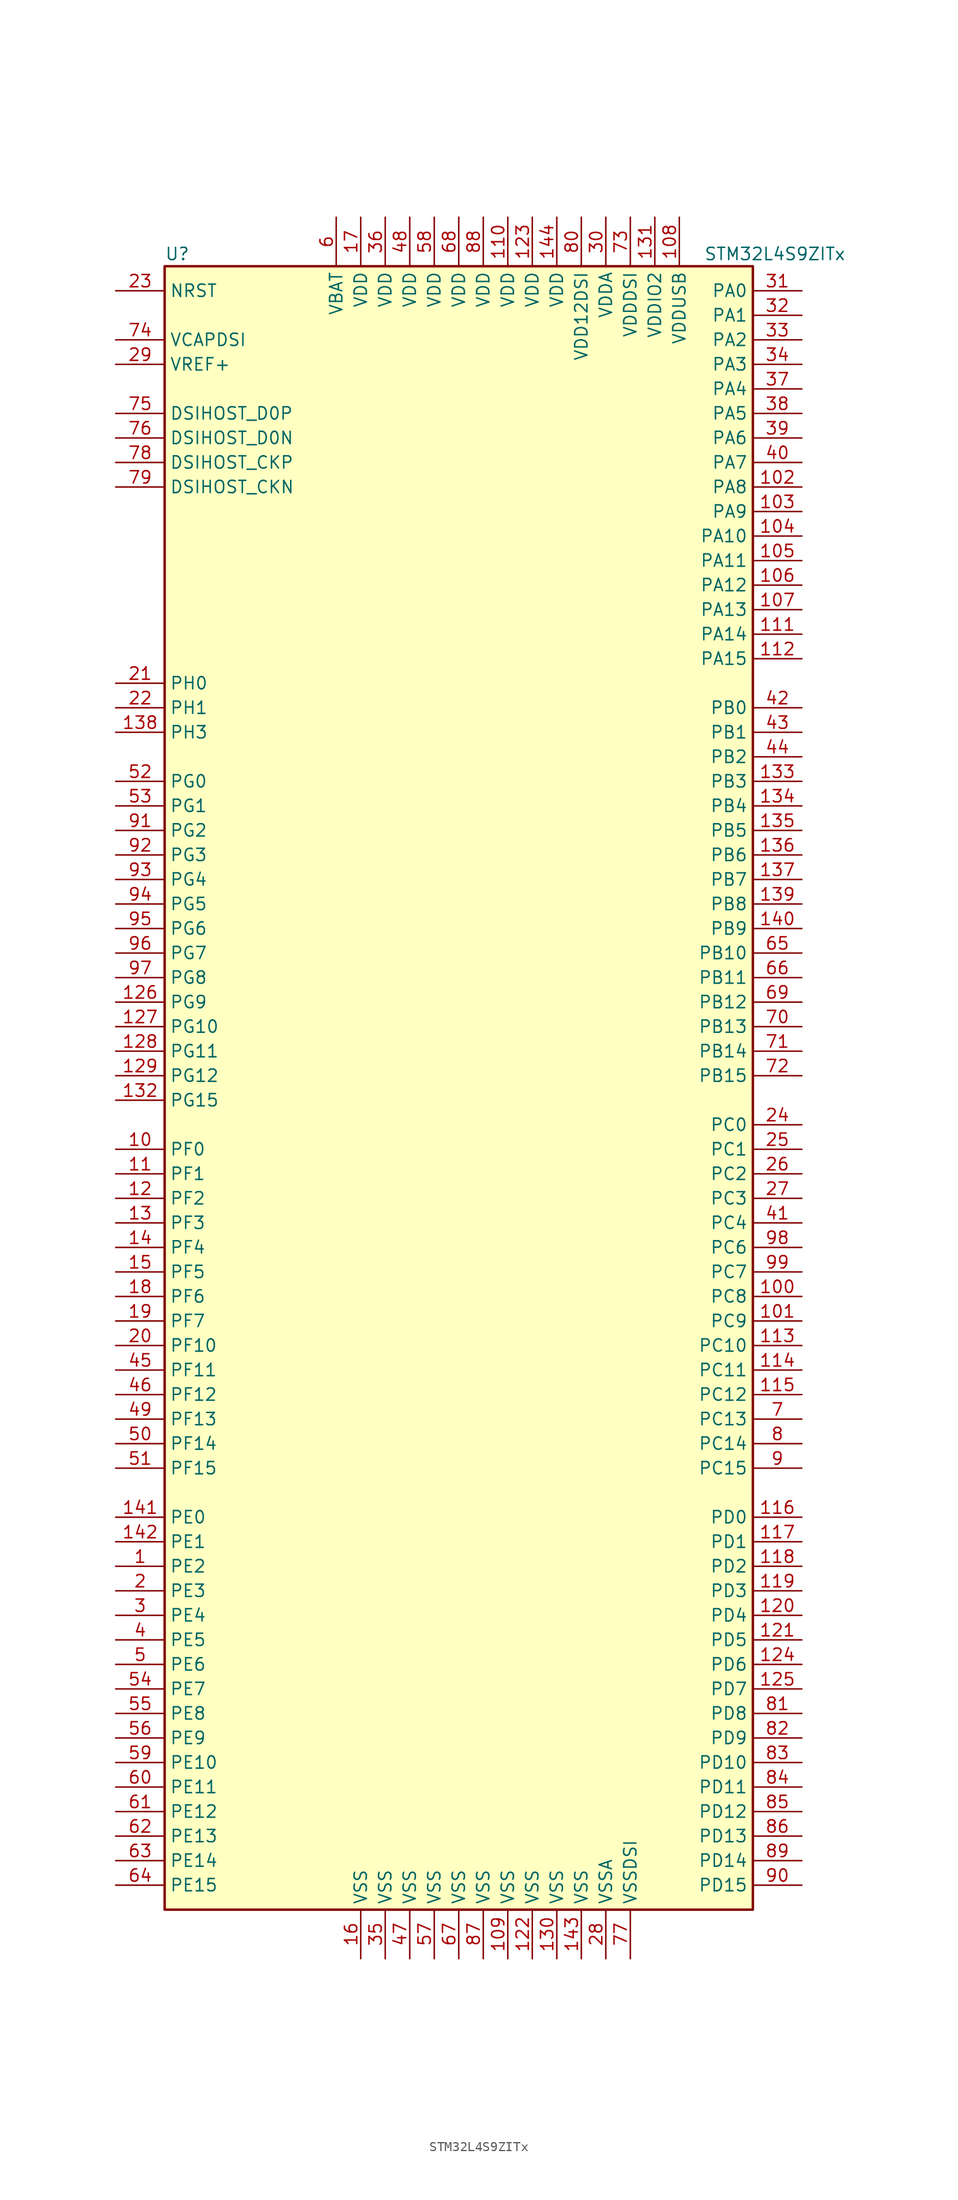
<source format=kicad_sym>
(kicad_symbol_lib
  (version 20201005)
  (generator kicad_symbol_editor)
  (symbol "MCU_ST_STM32L4+:STM32L4S9ZITx"
    (property "Reference" "U"
      (at -30.48 85.09 0)
      (effects (font (size 1.27 1.27)) (justify left)))
    (property "Value" "STM32L4S9ZITx"
      (at 25.4 85.09 0)
      (effects (font (size 1.27 1.27)) (justify left)))
    (symbol "STM32L4S9ZITx_0_1"
      (rectangle (start -30.48 -86.36) (end 30.48 83.82) (stroke (width 0.254)) (fill (type background))))
    (symbol "STM32L4S9ZITx_1_1"
      (pin bidirectional line (at -35.56 60.96 0) (length 5.08) (name "DSIHOST_CKN" (effects (font (size 1.27 1.27)))) (number "79" (effects (font (size 1.27 1.27)))))
      (pin bidirectional line (at -35.56 63.5 0) (length 5.08) (name "DSIHOST_CKP" (effects (font (size 1.27 1.27)))) (number "78" (effects (font (size 1.27 1.27)))))
      (pin bidirectional line (at -35.56 66.04 0) (length 5.08) (name "DSIHOST_D0N" (effects (font (size 1.27 1.27)))) (number "76" (effects (font (size 1.27 1.27)))))
      (pin bidirectional line (at -35.56 68.58 0) (length 5.08) (name "DSIHOST_D0P" (effects (font (size 1.27 1.27)))) (number "75" (effects (font (size 1.27 1.27)))))
      (pin input line (at -35.56 81.28 0) (length 5.08) (name "NRST" (effects (font (size 1.27 1.27)))) (number "23" (effects (font (size 1.27 1.27)))))
      (pin bidirectional line (at 35.56 81.28 180) (length 5.08) (name "PA0" (effects (font (size 1.27 1.27)))) (number "31" (effects (font (size 1.27 1.27)))))
      (pin bidirectional line (at 35.56 78.74 180) (length 5.08) (name "PA1" (effects (font (size 1.27 1.27)))) (number "32" (effects (font (size 1.27 1.27)))))
      (pin bidirectional line (at 35.56 55.88 180) (length 5.08) (name "PA10" (effects (font (size 1.27 1.27)))) (number "104" (effects (font (size 1.27 1.27)))))
      (pin bidirectional line (at 35.56 53.34 180) (length 5.08) (name "PA11" (effects (font (size 1.27 1.27)))) (number "105" (effects (font (size 1.27 1.27)))))
      (pin bidirectional line (at 35.56 50.8 180) (length 5.08) (name "PA12" (effects (font (size 1.27 1.27)))) (number "106" (effects (font (size 1.27 1.27)))))
      (pin bidirectional line (at 35.56 48.26 180) (length 5.08) (name "PA13" (effects (font (size 1.27 1.27)))) (number "107" (effects (font (size 1.27 1.27)))))
      (pin bidirectional line (at 35.56 45.72 180) (length 5.08) (name "PA14" (effects (font (size 1.27 1.27)))) (number "111" (effects (font (size 1.27 1.27)))))
      (pin bidirectional line (at 35.56 43.18 180) (length 5.08) (name "PA15" (effects (font (size 1.27 1.27)))) (number "112" (effects (font (size 1.27 1.27)))))
      (pin bidirectional line (at 35.56 76.2 180) (length 5.08) (name "PA2" (effects (font (size 1.27 1.27)))) (number "33" (effects (font (size 1.27 1.27)))))
      (pin bidirectional line (at 35.56 73.66 180) (length 5.08) (name "PA3" (effects (font (size 1.27 1.27)))) (number "34" (effects (font (size 1.27 1.27)))))
      (pin bidirectional line (at 35.56 71.12 180) (length 5.08) (name "PA4" (effects (font (size 1.27 1.27)))) (number "37" (effects (font (size 1.27 1.27)))))
      (pin bidirectional line (at 35.56 68.58 180) (length 5.08) (name "PA5" (effects (font (size 1.27 1.27)))) (number "38" (effects (font (size 1.27 1.27)))))
      (pin bidirectional line (at 35.56 66.04 180) (length 5.08) (name "PA6" (effects (font (size 1.27 1.27)))) (number "39" (effects (font (size 1.27 1.27)))))
      (pin bidirectional line (at 35.56 63.5 180) (length 5.08) (name "PA7" (effects (font (size 1.27 1.27)))) (number "40" (effects (font (size 1.27 1.27)))))
      (pin bidirectional line (at 35.56 60.96 180) (length 5.08) (name "PA8" (effects (font (size 1.27 1.27)))) (number "102" (effects (font (size 1.27 1.27)))))
      (pin bidirectional line (at 35.56 58.42 180) (length 5.08) (name "PA9" (effects (font (size 1.27 1.27)))) (number "103" (effects (font (size 1.27 1.27)))))
      (pin bidirectional line (at 35.56 38.1 180) (length 5.08) (name "PB0" (effects (font (size 1.27 1.27)))) (number "42" (effects (font (size 1.27 1.27)))))
      (pin bidirectional line (at 35.56 35.56 180) (length 5.08) (name "PB1" (effects (font (size 1.27 1.27)))) (number "43" (effects (font (size 1.27 1.27)))))
      (pin bidirectional line (at 35.56 12.7 180) (length 5.08) (name "PB10" (effects (font (size 1.27 1.27)))) (number "65" (effects (font (size 1.27 1.27)))))
      (pin bidirectional line (at 35.56 10.16 180) (length 5.08) (name "PB11" (effects (font (size 1.27 1.27)))) (number "66" (effects (font (size 1.27 1.27)))))
      (pin bidirectional line (at 35.56 7.62 180) (length 5.08) (name "PB12" (effects (font (size 1.27 1.27)))) (number "69" (effects (font (size 1.27 1.27)))))
      (pin bidirectional line (at 35.56 5.08 180) (length 5.08) (name "PB13" (effects (font (size 1.27 1.27)))) (number "70" (effects (font (size 1.27 1.27)))))
      (pin bidirectional line (at 35.56 2.54 180) (length 5.08) (name "PB14" (effects (font (size 1.27 1.27)))) (number "71" (effects (font (size 1.27 1.27)))))
      (pin bidirectional line (at 35.56 0 180) (length 5.08) (name "PB15" (effects (font (size 1.27 1.27)))) (number "72" (effects (font (size 1.27 1.27)))))
      (pin bidirectional line (at 35.56 33.02 180) (length 5.08) (name "PB2" (effects (font (size 1.27 1.27)))) (number "44" (effects (font (size 1.27 1.27)))))
      (pin bidirectional line (at 35.56 30.48 180) (length 5.08) (name "PB3" (effects (font (size 1.27 1.27)))) (number "133" (effects (font (size 1.27 1.27)))))
      (pin bidirectional line (at 35.56 27.94 180) (length 5.08) (name "PB4" (effects (font (size 1.27 1.27)))) (number "134" (effects (font (size 1.27 1.27)))))
      (pin bidirectional line (at 35.56 25.4 180) (length 5.08) (name "PB5" (effects (font (size 1.27 1.27)))) (number "135" (effects (font (size 1.27 1.27)))))
      (pin bidirectional line (at 35.56 22.86 180) (length 5.08) (name "PB6" (effects (font (size 1.27 1.27)))) (number "136" (effects (font (size 1.27 1.27)))))
      (pin bidirectional line (at 35.56 20.32 180) (length 5.08) (name "PB7" (effects (font (size 1.27 1.27)))) (number "137" (effects (font (size 1.27 1.27)))))
      (pin bidirectional line (at 35.56 17.78 180) (length 5.08) (name "PB8" (effects (font (size 1.27 1.27)))) (number "139" (effects (font (size 1.27 1.27)))))
      (pin bidirectional line (at 35.56 15.24 180) (length 5.08) (name "PB9" (effects (font (size 1.27 1.27)))) (number "140" (effects (font (size 1.27 1.27)))))
      (pin bidirectional line (at 35.56 -5.08 180) (length 5.08) (name "PC0" (effects (font (size 1.27 1.27)))) (number "24" (effects (font (size 1.27 1.27)))))
      (pin bidirectional line (at 35.56 -7.62 180) (length 5.08) (name "PC1" (effects (font (size 1.27 1.27)))) (number "25" (effects (font (size 1.27 1.27)))))
      (pin bidirectional line (at 35.56 -27.94 180) (length 5.08) (name "PC10" (effects (font (size 1.27 1.27)))) (number "113" (effects (font (size 1.27 1.27)))))
      (pin bidirectional line (at 35.56 -30.48 180) (length 5.08) (name "PC11" (effects (font (size 1.27 1.27)))) (number "114" (effects (font (size 1.27 1.27)))))
      (pin bidirectional line (at 35.56 -33.02 180) (length 5.08) (name "PC12" (effects (font (size 1.27 1.27)))) (number "115" (effects (font (size 1.27 1.27)))))
      (pin bidirectional line (at 35.56 -35.56 180) (length 5.08) (name "PC13" (effects (font (size 1.27 1.27)))) (number "7" (effects (font (size 1.27 1.27)))))
      (pin bidirectional line (at 35.56 -38.1 180) (length 5.08) (name "PC14" (effects (font (size 1.27 1.27)))) (number "8" (effects (font (size 1.27 1.27)))))
      (pin bidirectional line (at 35.56 -40.64 180) (length 5.08) (name "PC15" (effects (font (size 1.27 1.27)))) (number "9" (effects (font (size 1.27 1.27)))))
      (pin bidirectional line (at 35.56 -10.16 180) (length 5.08) (name "PC2" (effects (font (size 1.27 1.27)))) (number "26" (effects (font (size 1.27 1.27)))))
      (pin bidirectional line (at 35.56 -12.7 180) (length 5.08) (name "PC3" (effects (font (size 1.27 1.27)))) (number "27" (effects (font (size 1.27 1.27)))))
      (pin bidirectional line (at 35.56 -15.24 180) (length 5.08) (name "PC4" (effects (font (size 1.27 1.27)))) (number "41" (effects (font (size 1.27 1.27)))))
      (pin bidirectional line (at 35.56 -17.78 180) (length 5.08) (name "PC6" (effects (font (size 1.27 1.27)))) (number "98" (effects (font (size 1.27 1.27)))))
      (pin bidirectional line (at 35.56 -20.32 180) (length 5.08) (name "PC7" (effects (font (size 1.27 1.27)))) (number "99" (effects (font (size 1.27 1.27)))))
      (pin bidirectional line (at 35.56 -22.86 180) (length 5.08) (name "PC8" (effects (font (size 1.27 1.27)))) (number "100" (effects (font (size 1.27 1.27)))))
      (pin bidirectional line (at 35.56 -25.4 180) (length 5.08) (name "PC9" (effects (font (size 1.27 1.27)))) (number "101" (effects (font (size 1.27 1.27)))))
      (pin bidirectional line (at 35.56 -45.72 180) (length 5.08) (name "PD0" (effects (font (size 1.27 1.27)))) (number "116" (effects (font (size 1.27 1.27)))))
      (pin bidirectional line (at 35.56 -48.26 180) (length 5.08) (name "PD1" (effects (font (size 1.27 1.27)))) (number "117" (effects (font (size 1.27 1.27)))))
      (pin bidirectional line (at 35.56 -71.12 180) (length 5.08) (name "PD10" (effects (font (size 1.27 1.27)))) (number "83" (effects (font (size 1.27 1.27)))))
      (pin bidirectional line (at 35.56 -73.66 180) (length 5.08) (name "PD11" (effects (font (size 1.27 1.27)))) (number "84" (effects (font (size 1.27 1.27)))))
      (pin bidirectional line (at 35.56 -76.2 180) (length 5.08) (name "PD12" (effects (font (size 1.27 1.27)))) (number "85" (effects (font (size 1.27 1.27)))))
      (pin bidirectional line (at 35.56 -78.74 180) (length 5.08) (name "PD13" (effects (font (size 1.27 1.27)))) (number "86" (effects (font (size 1.27 1.27)))))
      (pin bidirectional line (at 35.56 -81.28 180) (length 5.08) (name "PD14" (effects (font (size 1.27 1.27)))) (number "89" (effects (font (size 1.27 1.27)))))
      (pin bidirectional line (at 35.56 -83.82 180) (length 5.08) (name "PD15" (effects (font (size 1.27 1.27)))) (number "90" (effects (font (size 1.27 1.27)))))
      (pin bidirectional line (at 35.56 -50.8 180) (length 5.08) (name "PD2" (effects (font (size 1.27 1.27)))) (number "118" (effects (font (size 1.27 1.27)))))
      (pin bidirectional line (at 35.56 -53.34 180) (length 5.08) (name "PD3" (effects (font (size 1.27 1.27)))) (number "119" (effects (font (size 1.27 1.27)))))
      (pin bidirectional line (at 35.56 -55.88 180) (length 5.08) (name "PD4" (effects (font (size 1.27 1.27)))) (number "120" (effects (font (size 1.27 1.27)))))
      (pin bidirectional line (at 35.56 -58.42 180) (length 5.08) (name "PD5" (effects (font (size 1.27 1.27)))) (number "121" (effects (font (size 1.27 1.27)))))
      (pin bidirectional line (at 35.56 -60.96 180) (length 5.08) (name "PD6" (effects (font (size 1.27 1.27)))) (number "124" (effects (font (size 1.27 1.27)))))
      (pin bidirectional line (at 35.56 -63.5 180) (length 5.08) (name "PD7" (effects (font (size 1.27 1.27)))) (number "125" (effects (font (size 1.27 1.27)))))
      (pin bidirectional line (at 35.56 -66.04 180) (length 5.08) (name "PD8" (effects (font (size 1.27 1.27)))) (number "81" (effects (font (size 1.27 1.27)))))
      (pin bidirectional line (at 35.56 -68.58 180) (length 5.08) (name "PD9" (effects (font (size 1.27 1.27)))) (number "82" (effects (font (size 1.27 1.27)))))
      (pin bidirectional line (at -35.56 -45.72 0) (length 5.08) (name "PE0" (effects (font (size 1.27 1.27)))) (number "141" (effects (font (size 1.27 1.27)))))
      (pin bidirectional line (at -35.56 -48.26 0) (length 5.08) (name "PE1" (effects (font (size 1.27 1.27)))) (number "142" (effects (font (size 1.27 1.27)))))
      (pin bidirectional line (at -35.56 -71.12 0) (length 5.08) (name "PE10" (effects (font (size 1.27 1.27)))) (number "59" (effects (font (size 1.27 1.27)))))
      (pin bidirectional line (at -35.56 -73.66 0) (length 5.08) (name "PE11" (effects (font (size 1.27 1.27)))) (number "60" (effects (font (size 1.27 1.27)))))
      (pin bidirectional line (at -35.56 -76.2 0) (length 5.08) (name "PE12" (effects (font (size 1.27 1.27)))) (number "61" (effects (font (size 1.27 1.27)))))
      (pin bidirectional line (at -35.56 -78.74 0) (length 5.08) (name "PE13" (effects (font (size 1.27 1.27)))) (number "62" (effects (font (size 1.27 1.27)))))
      (pin bidirectional line (at -35.56 -81.28 0) (length 5.08) (name "PE14" (effects (font (size 1.27 1.27)))) (number "63" (effects (font (size 1.27 1.27)))))
      (pin bidirectional line (at -35.56 -83.82 0) (length 5.08) (name "PE15" (effects (font (size 1.27 1.27)))) (number "64" (effects (font (size 1.27 1.27)))))
      (pin bidirectional line (at -35.56 -50.8 0) (length 5.08) (name "PE2" (effects (font (size 1.27 1.27)))) (number "1" (effects (font (size 1.27 1.27)))))
      (pin bidirectional line (at -35.56 -53.34 0) (length 5.08) (name "PE3" (effects (font (size 1.27 1.27)))) (number "2" (effects (font (size 1.27 1.27)))))
      (pin bidirectional line (at -35.56 -55.88 0) (length 5.08) (name "PE4" (effects (font (size 1.27 1.27)))) (number "3" (effects (font (size 1.27 1.27)))))
      (pin bidirectional line (at -35.56 -58.42 0) (length 5.08) (name "PE5" (effects (font (size 1.27 1.27)))) (number "4" (effects (font (size 1.27 1.27)))))
      (pin bidirectional line (at -35.56 -60.96 0) (length 5.08) (name "PE6" (effects (font (size 1.27 1.27)))) (number "5" (effects (font (size 1.27 1.27)))))
      (pin bidirectional line (at -35.56 -63.5 0) (length 5.08) (name "PE7" (effects (font (size 1.27 1.27)))) (number "54" (effects (font (size 1.27 1.27)))))
      (pin bidirectional line (at -35.56 -66.04 0) (length 5.08) (name "PE8" (effects (font (size 1.27 1.27)))) (number "55" (effects (font (size 1.27 1.27)))))
      (pin bidirectional line (at -35.56 -68.58 0) (length 5.08) (name "PE9" (effects (font (size 1.27 1.27)))) (number "56" (effects (font (size 1.27 1.27)))))
      (pin bidirectional line (at -35.56 -7.62 0) (length 5.08) (name "PF0" (effects (font (size 1.27 1.27)))) (number "10" (effects (font (size 1.27 1.27)))))
      (pin bidirectional line (at -35.56 -10.16 0) (length 5.08) (name "PF1" (effects (font (size 1.27 1.27)))) (number "11" (effects (font (size 1.27 1.27)))))
      (pin bidirectional line (at -35.56 -27.94 0) (length 5.08) (name "PF10" (effects (font (size 1.27 1.27)))) (number "20" (effects (font (size 1.27 1.27)))))
      (pin bidirectional line (at -35.56 -30.48 0) (length 5.08) (name "PF11" (effects (font (size 1.27 1.27)))) (number "45" (effects (font (size 1.27 1.27)))))
      (pin bidirectional line (at -35.56 -33.02 0) (length 5.08) (name "PF12" (effects (font (size 1.27 1.27)))) (number "46" (effects (font (size 1.27 1.27)))))
      (pin bidirectional line (at -35.56 -35.56 0) (length 5.08) (name "PF13" (effects (font (size 1.27 1.27)))) (number "49" (effects (font (size 1.27 1.27)))))
      (pin bidirectional line (at -35.56 -38.1 0) (length 5.08) (name "PF14" (effects (font (size 1.27 1.27)))) (number "50" (effects (font (size 1.27 1.27)))))
      (pin bidirectional line (at -35.56 -40.64 0) (length 5.08) (name "PF15" (effects (font (size 1.27 1.27)))) (number "51" (effects (font (size 1.27 1.27)))))
      (pin bidirectional line (at -35.56 -12.7 0) (length 5.08) (name "PF2" (effects (font (size 1.27 1.27)))) (number "12" (effects (font (size 1.27 1.27)))))
      (pin bidirectional line (at -35.56 -15.24 0) (length 5.08) (name "PF3" (effects (font (size 1.27 1.27)))) (number "13" (effects (font (size 1.27 1.27)))))
      (pin bidirectional line (at -35.56 -17.78 0) (length 5.08) (name "PF4" (effects (font (size 1.27 1.27)))) (number "14" (effects (font (size 1.27 1.27)))))
      (pin bidirectional line (at -35.56 -20.32 0) (length 5.08) (name "PF5" (effects (font (size 1.27 1.27)))) (number "15" (effects (font (size 1.27 1.27)))))
      (pin bidirectional line (at -35.56 -22.86 0) (length 5.08) (name "PF6" (effects (font (size 1.27 1.27)))) (number "18" (effects (font (size 1.27 1.27)))))
      (pin bidirectional line (at -35.56 -25.4 0) (length 5.08) (name "PF7" (effects (font (size 1.27 1.27)))) (number "19" (effects (font (size 1.27 1.27)))))
      (pin bidirectional line (at -35.56 30.48 0) (length 5.08) (name "PG0" (effects (font (size 1.27 1.27)))) (number "52" (effects (font (size 1.27 1.27)))))
      (pin bidirectional line (at -35.56 27.94 0) (length 5.08) (name "PG1" (effects (font (size 1.27 1.27)))) (number "53" (effects (font (size 1.27 1.27)))))
      (pin bidirectional line (at -35.56 5.08 0) (length 5.08) (name "PG10" (effects (font (size 1.27 1.27)))) (number "127" (effects (font (size 1.27 1.27)))))
      (pin bidirectional line (at -35.56 2.54 0) (length 5.08) (name "PG11" (effects (font (size 1.27 1.27)))) (number "128" (effects (font (size 1.27 1.27)))))
      (pin bidirectional line (at -35.56 0 0) (length 5.08) (name "PG12" (effects (font (size 1.27 1.27)))) (number "129" (effects (font (size 1.27 1.27)))))
      (pin bidirectional line (at -35.56 -2.54 0) (length 5.08) (name "PG15" (effects (font (size 1.27 1.27)))) (number "132" (effects (font (size 1.27 1.27)))))
      (pin bidirectional line (at -35.56 25.4 0) (length 5.08) (name "PG2" (effects (font (size 1.27 1.27)))) (number "91" (effects (font (size 1.27 1.27)))))
      (pin bidirectional line (at -35.56 22.86 0) (length 5.08) (name "PG3" (effects (font (size 1.27 1.27)))) (number "92" (effects (font (size 1.27 1.27)))))
      (pin bidirectional line (at -35.56 20.32 0) (length 5.08) (name "PG4" (effects (font (size 1.27 1.27)))) (number "93" (effects (font (size 1.27 1.27)))))
      (pin bidirectional line (at -35.56 17.78 0) (length 5.08) (name "PG5" (effects (font (size 1.27 1.27)))) (number "94" (effects (font (size 1.27 1.27)))))
      (pin bidirectional line (at -35.56 15.24 0) (length 5.08) (name "PG6" (effects (font (size 1.27 1.27)))) (number "95" (effects (font (size 1.27 1.27)))))
      (pin bidirectional line (at -35.56 12.7 0) (length 5.08) (name "PG7" (effects (font (size 1.27 1.27)))) (number "96" (effects (font (size 1.27 1.27)))))
      (pin bidirectional line (at -35.56 10.16 0) (length 5.08) (name "PG8" (effects (font (size 1.27 1.27)))) (number "97" (effects (font (size 1.27 1.27)))))
      (pin bidirectional line (at -35.56 7.62 0) (length 5.08) (name "PG9" (effects (font (size 1.27 1.27)))) (number "126" (effects (font (size 1.27 1.27)))))
      (pin input line (at -35.56 40.64 0) (length 5.08) (name "PH0" (effects (font (size 1.27 1.27)))) (number "21" (effects (font (size 1.27 1.27)))))
      (pin input line (at -35.56 38.1 0) (length 5.08) (name "PH1" (effects (font (size 1.27 1.27)))) (number "22" (effects (font (size 1.27 1.27)))))
      (pin bidirectional line (at -35.56 35.56 0) (length 5.08) (name "PH3" (effects (font (size 1.27 1.27)))) (number "138" (effects (font (size 1.27 1.27)))))
      (pin power_in line (at -12.7 88.9 270) (length 5.08) (name "VBAT" (effects (font (size 1.27 1.27)))) (number "6" (effects (font (size 1.27 1.27)))))
      (pin power_in line (at -35.56 76.2 0) (length 5.08) (name "VCAPDSI" (effects (font (size 1.27 1.27)))) (number "74" (effects (font (size 1.27 1.27)))))
      (pin power_in line (at 5.08 88.9 270) (length 5.08) (name "VDD" (effects (font (size 1.27 1.27)))) (number "110" (effects (font (size 1.27 1.27)))))
      (pin power_in line (at 7.62 88.9 270) (length 5.08) (name "VDD" (effects (font (size 1.27 1.27)))) (number "123" (effects (font (size 1.27 1.27)))))
      (pin power_in line (at 10.16 88.9 270) (length 5.08) (name "VDD" (effects (font (size 1.27 1.27)))) (number "144" (effects (font (size 1.27 1.27)))))
      (pin power_in line (at -10.16 88.9 270) (length 5.08) (name "VDD" (effects (font (size 1.27 1.27)))) (number "17" (effects (font (size 1.27 1.27)))))
      (pin power_in line (at -7.62 88.9 270) (length 5.08) (name "VDD" (effects (font (size 1.27 1.27)))) (number "36" (effects (font (size 1.27 1.27)))))
      (pin power_in line (at -5.08 88.9 270) (length 5.08) (name "VDD" (effects (font (size 1.27 1.27)))) (number "48" (effects (font (size 1.27 1.27)))))
      (pin power_in line (at -2.54 88.9 270) (length 5.08) (name "VDD" (effects (font (size 1.27 1.27)))) (number "58" (effects (font (size 1.27 1.27)))))
      (pin power_in line (at 0 88.9 270) (length 5.08) (name "VDD" (effects (font (size 1.27 1.27)))) (number "68" (effects (font (size 1.27 1.27)))))
      (pin power_in line (at 2.54 88.9 270) (length 5.08) (name "VDD" (effects (font (size 1.27 1.27)))) (number "88" (effects (font (size 1.27 1.27)))))
      (pin power_in line (at 12.7 88.9 270) (length 5.08) (name "VDD12DSI" (effects (font (size 1.27 1.27)))) (number "80" (effects (font (size 1.27 1.27)))))
      (pin power_in line (at 15.24 88.9 270) (length 5.08) (name "VDDA" (effects (font (size 1.27 1.27)))) (number "30" (effects (font (size 1.27 1.27)))))
      (pin power_in line (at 17.78 88.9 270) (length 5.08) (name "VDDDSI" (effects (font (size 1.27 1.27)))) (number "73" (effects (font (size 1.27 1.27)))))
      (pin power_in line (at 20.32 88.9 270) (length 5.08) (name "VDDIO2" (effects (font (size 1.27 1.27)))) (number "131" (effects (font (size 1.27 1.27)))))
      (pin power_in line (at 22.86 88.9 270) (length 5.08) (name "VDDUSB" (effects (font (size 1.27 1.27)))) (number "108" (effects (font (size 1.27 1.27)))))
      (pin bidirectional line (at -35.56 73.66 0) (length 5.08) (name "VREF+" (effects (font (size 1.27 1.27)))) (number "29" (effects (font (size 1.27 1.27)))))
      (pin power_in line (at 5.08 -91.44 90) (length 5.08) (name "VSS" (effects (font (size 1.27 1.27)))) (number "109" (effects (font (size 1.27 1.27)))))
      (pin power_in line (at 7.62 -91.44 90) (length 5.08) (name "VSS" (effects (font (size 1.27 1.27)))) (number "122" (effects (font (size 1.27 1.27)))))
      (pin power_in line (at 10.16 -91.44 90) (length 5.08) (name "VSS" (effects (font (size 1.27 1.27)))) (number "130" (effects (font (size 1.27 1.27)))))
      (pin power_in line (at 12.7 -91.44 90) (length 5.08) (name "VSS" (effects (font (size 1.27 1.27)))) (number "143" (effects (font (size 1.27 1.27)))))
      (pin power_in line (at -10.16 -91.44 90) (length 5.08) (name "VSS" (effects (font (size 1.27 1.27)))) (number "16" (effects (font (size 1.27 1.27)))))
      (pin power_in line (at -7.62 -91.44 90) (length 5.08) (name "VSS" (effects (font (size 1.27 1.27)))) (number "35" (effects (font (size 1.27 1.27)))))
      (pin power_in line (at -5.08 -91.44 90) (length 5.08) (name "VSS" (effects (font (size 1.27 1.27)))) (number "47" (effects (font (size 1.27 1.27)))))
      (pin power_in line (at -2.54 -91.44 90) (length 5.08) (name "VSS" (effects (font (size 1.27 1.27)))) (number "57" (effects (font (size 1.27 1.27)))))
      (pin power_in line (at 0 -91.44 90) (length 5.08) (name "VSS" (effects (font (size 1.27 1.27)))) (number "67" (effects (font (size 1.27 1.27)))))
      (pin power_in line (at 2.54 -91.44 90) (length 5.08) (name "VSS" (effects (font (size 1.27 1.27)))) (number "87" (effects (font (size 1.27 1.27)))))
      (pin power_in line (at 15.24 -91.44 90) (length 5.08) (name "VSSA" (effects (font (size 1.27 1.27)))) (number "28" (effects (font (size 1.27 1.27)))))
      (pin power_in line (at 17.78 -91.44 90) (length 5.08) (name "VSSDSI" (effects (font (size 1.27 1.27)))) (number "77" (effects (font (size 1.27 1.27))))))))
</source>
